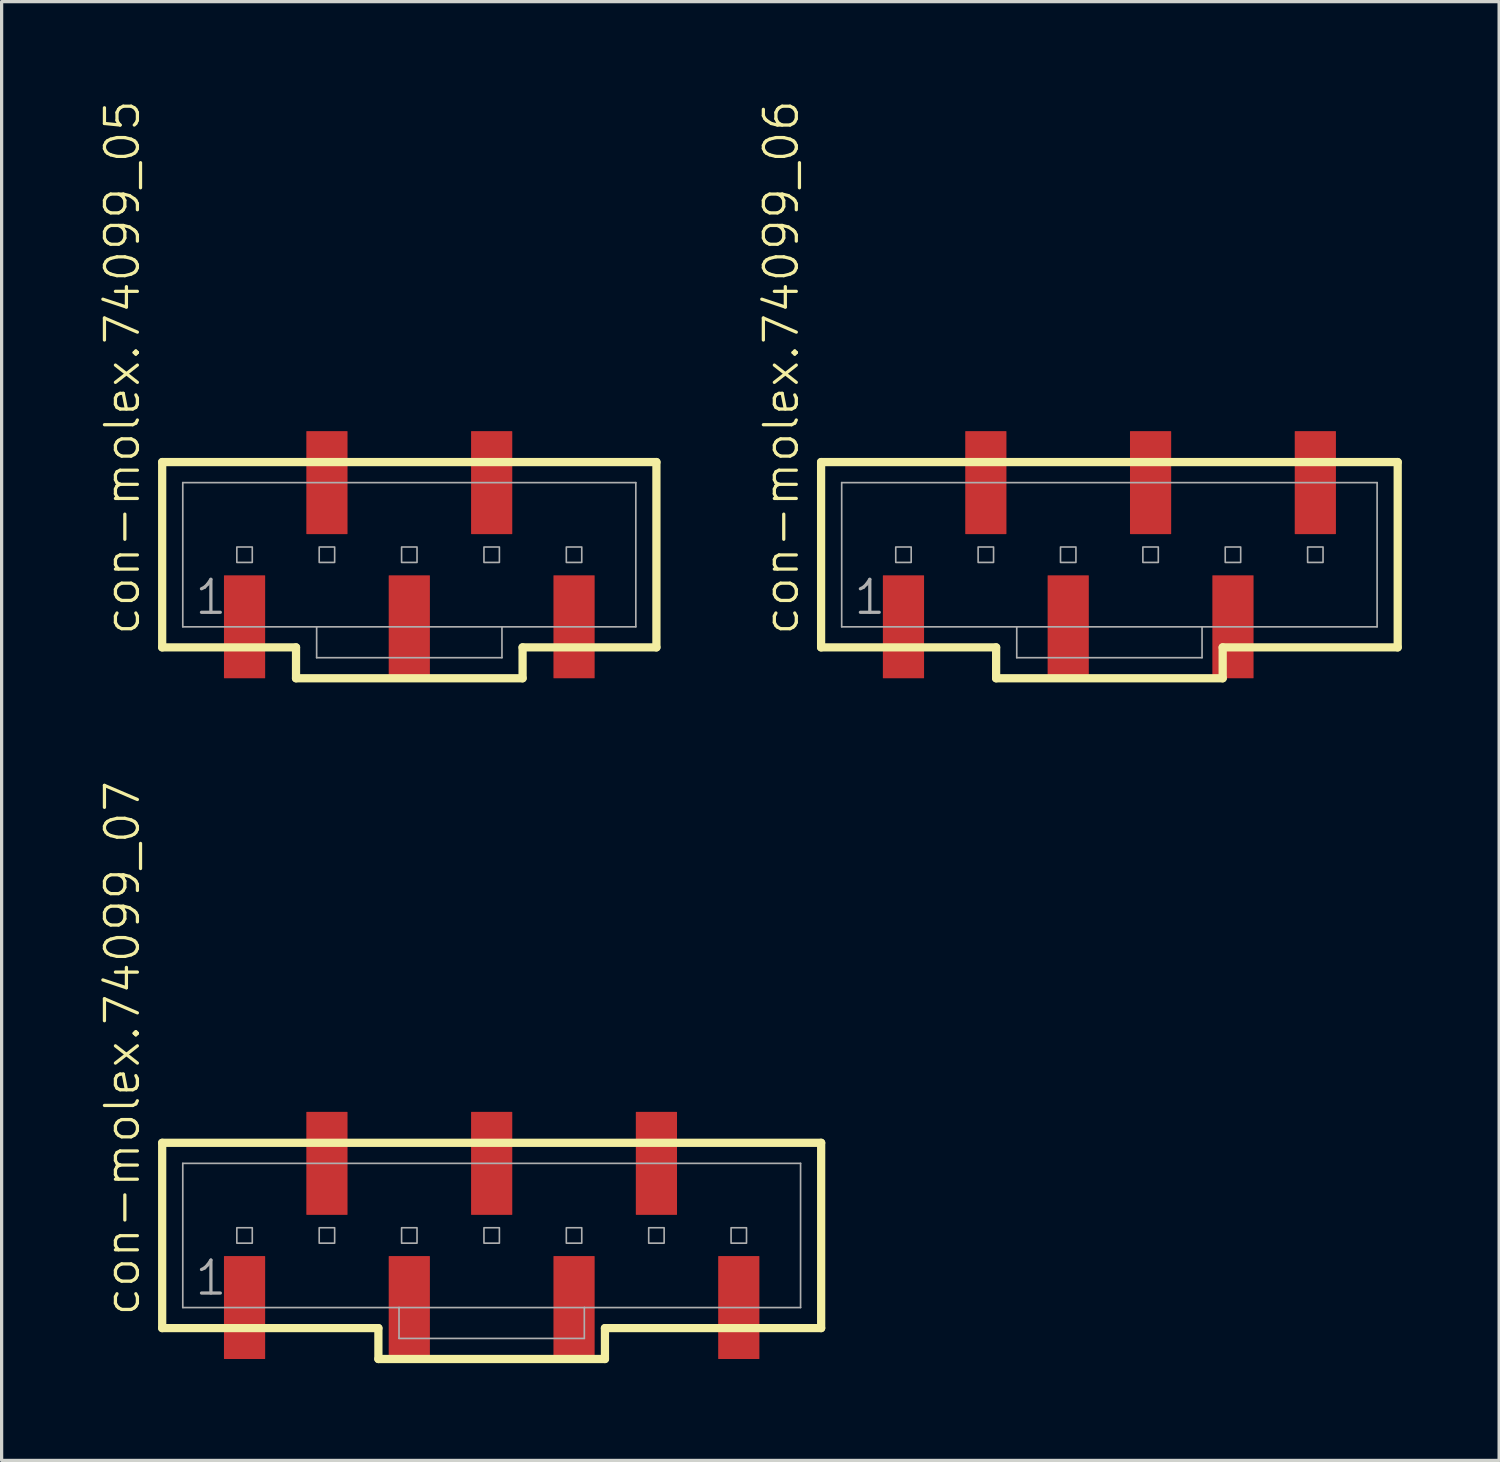
<source format=kicad_pcb>
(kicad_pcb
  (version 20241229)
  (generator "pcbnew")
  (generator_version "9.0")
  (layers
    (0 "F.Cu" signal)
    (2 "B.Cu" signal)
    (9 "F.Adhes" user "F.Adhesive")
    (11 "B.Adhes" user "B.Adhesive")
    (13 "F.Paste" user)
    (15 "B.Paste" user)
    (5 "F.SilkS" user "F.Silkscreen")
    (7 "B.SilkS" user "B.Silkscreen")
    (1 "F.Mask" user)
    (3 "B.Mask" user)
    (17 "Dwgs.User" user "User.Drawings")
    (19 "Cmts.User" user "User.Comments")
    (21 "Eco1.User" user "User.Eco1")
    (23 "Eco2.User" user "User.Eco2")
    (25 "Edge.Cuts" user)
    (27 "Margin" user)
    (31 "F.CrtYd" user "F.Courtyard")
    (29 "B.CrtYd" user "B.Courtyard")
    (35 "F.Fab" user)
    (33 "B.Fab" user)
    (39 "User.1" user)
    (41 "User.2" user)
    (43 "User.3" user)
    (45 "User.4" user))
  (footprint "con-molex.74099_05"
    (layer "F.Cu")
    (at 9.571 14.055)
    (property "Reference" "con-molex.74099_05" (at -8.255 2.54 90) (layer "F.SilkS") (effects (font (size 1.016 1.016) (thickness 0.1)) (justify left bottom)))
    (attr smd)
    (fp_line (start -7.62 -2.857) (end -7.62 2.857) (stroke (width 0.254) (type default)) (layer "F.SilkS"))
    (fp_line (start -7.62 2.857) (end -3.493 2.857) (stroke (width 0.254) (type default)) (layer "F.SilkS"))
    (fp_line (start -3.493 2.857) (end -3.493 3.81) (stroke (width 0.254) (type default)) (layer "F.SilkS"))
    (fp_line (start -3.493 3.81) (end 3.493 3.81) (stroke (width 0.254) (type default)) (layer "F.SilkS"))
    (fp_line (start 3.493 2.857) (end 7.62 2.857) (stroke (width 0.254) (type default)) (layer "F.SilkS"))
    (fp_line (start 3.493 3.81) (end 3.493 2.857) (stroke (width 0.254) (type default)) (layer "F.SilkS"))
    (fp_line (start 7.62 -2.857) (end -7.62 -2.857) (stroke (width 0.254) (type default)) (layer "F.SilkS"))
    (fp_line (start 7.62 2.857) (end 7.62 -2.857) (stroke (width 0.254) (type default)) (layer "F.SilkS"))
    (fp_line (start -6.985 -2.223) (end -6.985 2.223) (stroke (width 0.051) (type default)) (layer "F.Fab"))
    (fp_line (start -6.985 -2.223) (end 6.985 -2.223) (stroke (width 0.051) (type default)) (layer "F.Fab"))
    (fp_line (start -6.985 2.223) (end -2.857 2.223) (stroke (width 0.051) (type default)) (layer "F.Fab"))
    (fp_line (start -2.857 2.223) (end -2.857 3.175) (stroke (width 0.051) (type default)) (layer "F.Fab"))
    (fp_line (start -2.857 2.223) (end 2.857 2.223) (stroke (width 0.051) (type default)) (layer "F.Fab"))
    (fp_line (start 2.857 2.223) (end 2.857 3.175) (stroke (width 0.051) (type default)) (layer "F.Fab"))
    (fp_line (start 2.857 2.223) (end 6.985 2.223) (stroke (width 0.051) (type default)) (layer "F.Fab"))
    (fp_line (start 2.857 3.175) (end -2.857 3.175) (stroke (width 0.051) (type default)) (layer "F.Fab"))
    (fp_line (start 6.985 -2.223) (end 6.985 2.223) (stroke (width 0.051) (type default)) (layer "F.Fab"))
    (fp_rect (start -5.318 0.238) (end -4.842 -0.238) (stroke (width 0.05) (type default)) (fill no) (layer "F.Fab"))
    (fp_rect (start -2.778 0.238) (end -2.302 -0.238) (stroke (width 0.05) (type default)) (fill no) (layer "F.Fab"))
    (fp_rect (start -0.238 0.238) (end 0.238 -0.238) (stroke (width 0.05) (type default)) (fill no) (layer "F.Fab"))
    (fp_rect (start 2.302 0.238) (end 2.778 -0.238) (stroke (width 0.05) (type default)) (fill no) (layer "F.Fab"))
    (fp_rect (start 4.842 0.238) (end 5.318 -0.238) (stroke (width 0.05) (type default)) (fill no) (layer "F.Fab"))
    (fp_text user "1" (at -6.668 1.905 0) (layer "F.Fab") (effects (font (size 1.016 1.016) (thickness 0.1)) (justify left bottom)))
    (pad "1" smd roundrect (at -5.08 2.223 270) (size 3.175 1.27) (layers "F.Cu" "F.Mask" "F.Paste") (roundrect_rratio 0.01))
    (pad "2" smd roundrect (at -2.54 -2.223 270) (size 3.175 1.27) (layers "F.Cu" "F.Mask" "F.Paste") (roundrect_rratio 0.01))
    (pad "3" smd roundrect (at 0 2.223 270) (size 3.175 1.27) (layers "F.Cu" "F.Mask" "F.Paste") (roundrect_rratio 0.01))
    (pad "4" smd roundrect (at 2.54 -2.223 270) (size 3.175 1.27) (layers "F.Cu" "F.Mask" "F.Paste") (roundrect_rratio 0.01))
    (pad "5" smd roundrect (at 5.08 2.223 270) (size 3.175 1.27) (layers "F.Cu" "F.Mask" "F.Paste") (roundrect_rratio 0.01)))
  (footprint "con-molex.74099_07"
    (layer "F.Cu")
    (at 12.111 35.046)
    (property "Reference" "con-molex.74099_07" (at -10.795 2.54 90) (layer "F.SilkS") (effects (font (size 1.016 1.016) (thickness 0.1)) (justify left bottom)))
    (attr smd)
    (fp_line (start -10.16 -2.857) (end -10.16 2.857) (stroke (width 0.254) (type default)) (layer "F.SilkS"))
    (fp_line (start -10.16 2.857) (end -3.493 2.857) (stroke (width 0.254) (type default)) (layer "F.SilkS"))
    (fp_line (start -3.493 2.857) (end -3.493 3.81) (stroke (width 0.254) (type default)) (layer "F.SilkS"))
    (fp_line (start -3.493 3.81) (end 3.493 3.81) (stroke (width 0.254) (type default)) (layer "F.SilkS"))
    (fp_line (start 3.493 2.857) (end 10.16 2.857) (stroke (width 0.254) (type default)) (layer "F.SilkS"))
    (fp_line (start 3.493 3.81) (end 3.493 2.857) (stroke (width 0.254) (type default)) (layer "F.SilkS"))
    (fp_line (start 10.16 -2.857) (end -10.16 -2.857) (stroke (width 0.254) (type default)) (layer "F.SilkS"))
    (fp_line (start 10.16 2.857) (end 10.16 -2.857) (stroke (width 0.254) (type default)) (layer "F.SilkS"))
    (fp_line (start -9.525 -2.223) (end -9.525 2.223) (stroke (width 0.051) (type default)) (layer "F.Fab"))
    (fp_line (start -9.525 -2.223) (end 9.525 -2.223) (stroke (width 0.051) (type default)) (layer "F.Fab"))
    (fp_line (start -9.525 2.223) (end -2.857 2.223) (stroke (width 0.051) (type default)) (layer "F.Fab"))
    (fp_line (start -2.857 2.223) (end -2.857 3.175) (stroke (width 0.051) (type default)) (layer "F.Fab"))
    (fp_line (start -2.857 2.223) (end 2.857 2.223) (stroke (width 0.051) (type default)) (layer "F.Fab"))
    (fp_line (start 2.857 2.223) (end 2.857 3.175) (stroke (width 0.051) (type default)) (layer "F.Fab"))
    (fp_line (start 2.857 2.223) (end 9.525 2.223) (stroke (width 0.051) (type default)) (layer "F.Fab"))
    (fp_line (start 2.857 3.175) (end -2.857 3.175) (stroke (width 0.051) (type default)) (layer "F.Fab"))
    (fp_line (start 9.525 -2.223) (end 9.525 2.223) (stroke (width 0.051) (type default)) (layer "F.Fab"))
    (fp_rect (start -7.858 0.238) (end -7.382 -0.238) (stroke (width 0.05) (type default)) (fill no) (layer "F.Fab"))
    (fp_rect (start -5.318 0.238) (end -4.842 -0.238) (stroke (width 0.05) (type default)) (fill no) (layer "F.Fab"))
    (fp_rect (start -2.778 0.238) (end -2.302 -0.238) (stroke (width 0.05) (type default)) (fill no) (layer "F.Fab"))
    (fp_rect (start -0.238 0.238) (end 0.238 -0.238) (stroke (width 0.05) (type default)) (fill no) (layer "F.Fab"))
    (fp_rect (start 2.302 0.238) (end 2.778 -0.238) (stroke (width 0.05) (type default)) (fill no) (layer "F.Fab"))
    (fp_rect (start 4.842 0.238) (end 5.318 -0.238) (stroke (width 0.05) (type default)) (fill no) (layer "F.Fab"))
    (fp_rect (start 7.382 0.238) (end 7.858 -0.238) (stroke (width 0.05) (type default)) (fill no) (layer "F.Fab"))
    (fp_text user "1" (at -9.207 1.905 0) (layer "F.Fab") (effects (font (size 1.016 1.016) (thickness 0.1)) (justify left bottom)))
    (pad "1" smd roundrect (at -7.62 2.223 270) (size 3.175 1.27) (layers "F.Cu" "F.Mask" "F.Paste") (roundrect_rratio 0.01))
    (pad "2" smd roundrect (at -5.08 -2.223 270) (size 3.175 1.27) (layers "F.Cu" "F.Mask" "F.Paste") (roundrect_rratio 0.01))
    (pad "3" smd roundrect (at -2.54 2.223 270) (size 3.175 1.27) (layers "F.Cu" "F.Mask" "F.Paste") (roundrect_rratio 0.01))
    (pad "4" smd roundrect (at 0 -2.223 270) (size 3.175 1.27) (layers "F.Cu" "F.Mask" "F.Paste") (roundrect_rratio 0.01))
    (pad "5" smd roundrect (at 2.54 2.223 270) (size 3.175 1.27) (layers "F.Cu" "F.Mask" "F.Paste") (roundrect_rratio 0.01))
    (pad "6" smd roundrect (at 5.08 -2.223 270) (size 3.175 1.27) (layers "F.Cu" "F.Mask" "F.Paste") (roundrect_rratio 0.01))
    (pad "7" smd roundrect (at 7.62 2.223 270) (size 3.175 1.27) (layers "F.Cu" "F.Mask" "F.Paste") (roundrect_rratio 0.01)))
  (footprint "con-molex.74099_06"
    (layer "F.Cu")
    (at 31.159 14.055)
    (property "Reference" "con-molex.74099_06" (at -9.525 2.54 90) (layer "F.SilkS") (effects (font (size 1.016 1.016) (thickness 0.1)) (justify left bottom)))
    (attr smd)
    (fp_line (start -8.89 -2.857) (end -8.89 2.857) (stroke (width 0.254) (type default)) (layer "F.SilkS"))
    (fp_line (start -8.89 2.857) (end -3.493 2.857) (stroke (width 0.254) (type default)) (layer "F.SilkS"))
    (fp_line (start -3.493 2.857) (end -3.493 3.81) (stroke (width 0.254) (type default)) (layer "F.SilkS"))
    (fp_line (start -3.493 3.81) (end 3.493 3.81) (stroke (width 0.254) (type default)) (layer "F.SilkS"))
    (fp_line (start 3.493 2.857) (end 8.89 2.857) (stroke (width 0.254) (type default)) (layer "F.SilkS"))
    (fp_line (start 3.493 3.81) (end 3.493 2.857) (stroke (width 0.254) (type default)) (layer "F.SilkS"))
    (fp_line (start 8.89 -2.857) (end -8.89 -2.857) (stroke (width 0.254) (type default)) (layer "F.SilkS"))
    (fp_line (start 8.89 2.857) (end 8.89 -2.857) (stroke (width 0.254) (type default)) (layer "F.SilkS"))
    (fp_line (start -8.255 -2.223) (end -8.255 2.223) (stroke (width 0.051) (type default)) (layer "F.Fab"))
    (fp_line (start -8.255 -2.223) (end 8.255 -2.223) (stroke (width 0.051) (type default)) (layer "F.Fab"))
    (fp_line (start -8.255 2.223) (end -2.857 2.223) (stroke (width 0.051) (type default)) (layer "F.Fab"))
    (fp_line (start -2.857 2.223) (end -2.857 3.175) (stroke (width 0.051) (type default)) (layer "F.Fab"))
    (fp_line (start -2.857 2.223) (end 2.857 2.223) (stroke (width 0.051) (type default)) (layer "F.Fab"))
    (fp_line (start 2.857 2.223) (end 2.857 3.175) (stroke (width 0.051) (type default)) (layer "F.Fab"))
    (fp_line (start 2.857 2.223) (end 8.255 2.223) (stroke (width 0.051) (type default)) (layer "F.Fab"))
    (fp_line (start 2.857 3.175) (end -2.857 3.175) (stroke (width 0.051) (type default)) (layer "F.Fab"))
    (fp_line (start 8.255 -2.223) (end 8.255 2.223) (stroke (width 0.051) (type default)) (layer "F.Fab"))
    (fp_rect (start -6.588 0.238) (end -6.112 -0.238) (stroke (width 0.05) (type default)) (fill no) (layer "F.Fab"))
    (fp_rect (start -4.048 0.238) (end -3.572 -0.238) (stroke (width 0.05) (type default)) (fill no) (layer "F.Fab"))
    (fp_rect (start -1.508 0.238) (end -1.032 -0.238) (stroke (width 0.05) (type default)) (fill no) (layer "F.Fab"))
    (fp_rect (start 1.032 0.238) (end 1.508 -0.238) (stroke (width 0.05) (type default)) (fill no) (layer "F.Fab"))
    (fp_rect (start 3.572 0.238) (end 4.048 -0.238) (stroke (width 0.05) (type default)) (fill no) (layer "F.Fab"))
    (fp_rect (start 6.112 0.238) (end 6.588 -0.238) (stroke (width 0.05) (type default)) (fill no) (layer "F.Fab"))
    (fp_text user "1" (at -7.938 1.905 0) (layer "F.Fab") (effects (font (size 1.016 1.016) (thickness 0.1)) (justify left bottom)))
    (pad "1" smd roundrect (at -6.35 2.223 270) (size 3.175 1.27) (layers "F.Cu" "F.Mask" "F.Paste") (roundrect_rratio 0.01))
    (pad "2" smd roundrect (at -3.81 -2.223 270) (size 3.175 1.27) (layers "F.Cu" "F.Mask" "F.Paste") (roundrect_rratio 0.01))
    (pad "3" smd roundrect (at -1.27 2.223 270) (size 3.175 1.27) (layers "F.Cu" "F.Mask" "F.Paste") (roundrect_rratio 0.01))
    (pad "4" smd roundrect (at 1.27 -2.223 270) (size 3.175 1.27) (layers "F.Cu" "F.Mask" "F.Paste") (roundrect_rratio 0.01))
    (pad "5" smd roundrect (at 3.81 2.223 270) (size 3.175 1.27) (layers "F.Cu" "F.Mask" "F.Paste") (roundrect_rratio 0.01))
    (pad "6" smd roundrect (at 6.35 -2.223 270) (size 3.175 1.27) (layers "F.Cu" "F.Mask" "F.Paste") (roundrect_rratio 0.01)))
  (gr_rect
    (start -3 -3)
    (end 43.176 41.983)
    (stroke (width 0.1) (type default))
    (fill no)
    (layer "Edge.Cuts")))
</source>
